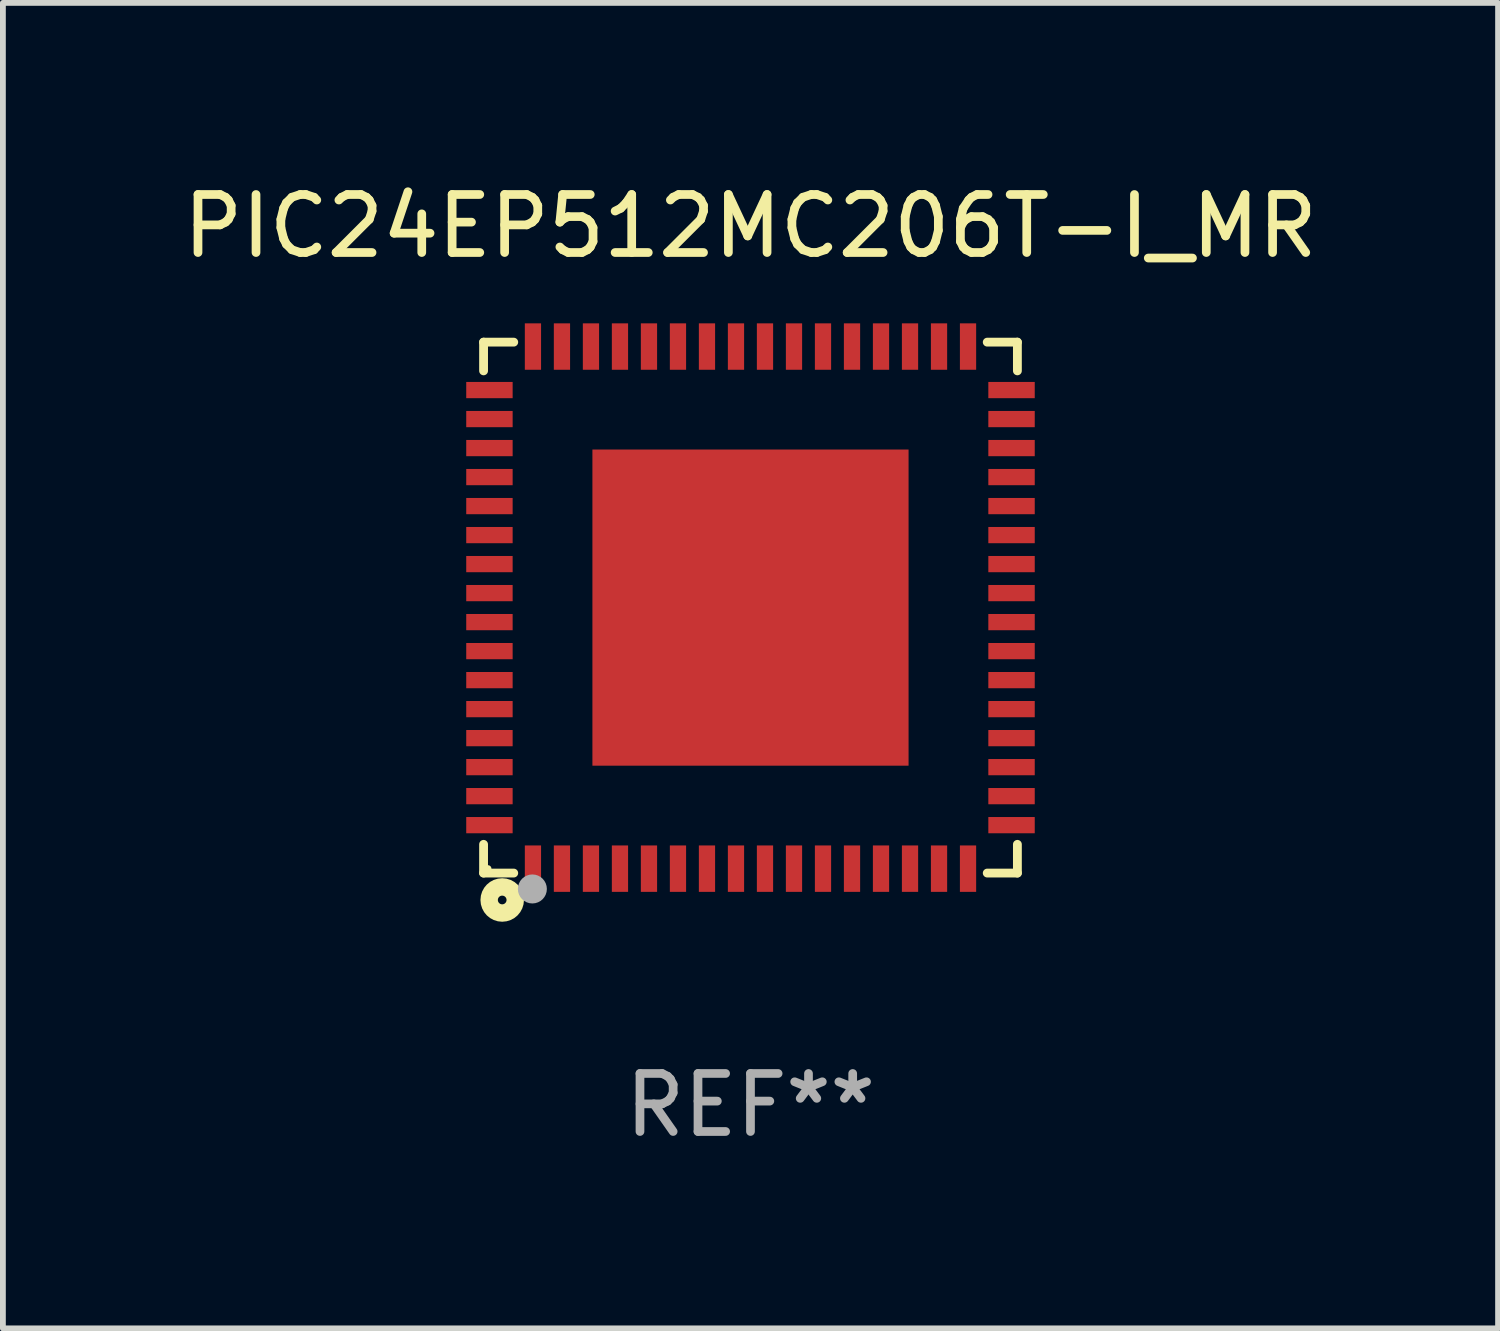
<source format=kicad_pcb>
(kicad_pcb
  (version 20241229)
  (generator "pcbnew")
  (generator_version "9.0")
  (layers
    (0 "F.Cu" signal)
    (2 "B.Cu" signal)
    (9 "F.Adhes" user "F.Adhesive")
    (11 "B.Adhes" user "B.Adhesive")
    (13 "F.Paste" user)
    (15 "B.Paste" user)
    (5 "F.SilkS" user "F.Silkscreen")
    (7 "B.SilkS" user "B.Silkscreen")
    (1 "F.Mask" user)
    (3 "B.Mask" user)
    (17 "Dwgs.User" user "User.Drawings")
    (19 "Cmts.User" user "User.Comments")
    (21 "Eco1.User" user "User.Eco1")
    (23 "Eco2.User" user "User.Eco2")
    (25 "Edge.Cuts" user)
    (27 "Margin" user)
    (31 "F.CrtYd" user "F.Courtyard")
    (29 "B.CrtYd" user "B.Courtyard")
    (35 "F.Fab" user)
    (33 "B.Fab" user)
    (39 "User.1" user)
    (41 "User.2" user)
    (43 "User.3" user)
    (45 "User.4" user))
  (footprint "PIC24EP512MC206T-I_MR"
    (layer "F.Cu")
    (at 9.887 7.424)
    (property "Reference" "PIC24EP512MC206T-I_MR" (at 0 -6.576 0) (layer "F.SilkS") (effects (font (size 1 1) (thickness 0.15))))
    (attr through_hole)
    (fp_line (start -4.601 -4.576) (end -4.081 -4.576) (stroke (width 0.152) (type solid)) (layer "F.SilkS"))
    (fp_line (start -4.601 -4.081) (end -4.601 -4.576) (stroke (width 0.152) (type solid)) (layer "F.SilkS"))
    (fp_line (start -4.601 4.081) (end -4.601 4.576) (stroke (width 0.152) (type solid)) (layer "F.SilkS"))
    (fp_line (start -4.601 4.576) (end -4.081 4.576) (stroke (width 0.152) (type solid)) (layer "F.SilkS"))
    (fp_line (start 4.601 -4.576) (end 4.081 -4.576) (stroke (width 0.152) (type solid)) (layer "F.SilkS"))
    (fp_line (start 4.601 -4.081) (end 4.601 -4.576) (stroke (width 0.152) (type solid)) (layer "F.SilkS"))
    (fp_line (start 4.601 4.081) (end 4.601 4.576) (stroke (width 0.152) (type solid)) (layer "F.SilkS"))
    (fp_line (start 4.601 4.576) (end 4.081 4.576) (stroke (width 0.152) (type solid)) (layer "F.SilkS"))
    (fp_circle (center -4.525 4.5) (end -4.495 4.5) (stroke (width 0.06) (type solid)) (fill no) (layer "F.SilkS"))
    (fp_circle (center -4.28 5.04) (end -4.205 5.04) (stroke (width 0.3) (type solid)) (fill no) (layer "F.SilkS"))
    (fp_circle (center -3.76 4.85) (end -3.635 4.85) (stroke (width 0.25) (type solid)) (fill no) (layer "F.Fab"))
    (fp_text user "REF**" (at 0 8.576 0) (layer "F.Fab") (effects (font (size 1 1) (thickness 0.15))))
    (pad "1" smd rect (at -3.75 4.5) (size 0.28 0.8) (layers "F.Cu" "F.Mask" "F.Paste"))
    (pad "2" smd rect (at -3.25 4.5) (size 0.28 0.8) (layers "F.Cu" "F.Mask" "F.Paste"))
    (pad "3" smd rect (at -2.75 4.5) (size 0.28 0.8) (layers "F.Cu" "F.Mask" "F.Paste"))
    (pad "4" smd rect (at -2.25 4.5) (size 0.28 0.8) (layers "F.Cu" "F.Mask" "F.Paste"))
    (pad "5" smd rect (at -1.75 4.5) (size 0.28 0.8) (layers "F.Cu" "F.Mask" "F.Paste"))
    (pad "6" smd rect (at -1.25 4.5) (size 0.28 0.8) (layers "F.Cu" "F.Mask" "F.Paste"))
    (pad "7" smd rect (at -0.75 4.5) (size 0.28 0.8) (layers "F.Cu" "F.Mask" "F.Paste"))
    (pad "8" smd rect (at -0.25 4.5) (size 0.28 0.8) (layers "F.Cu" "F.Mask" "F.Paste"))
    (pad "9" smd rect (at 0.25 4.5) (size 0.28 0.8) (layers "F.Cu" "F.Mask" "F.Paste"))
    (pad "10" smd rect (at 0.75 4.5) (size 0.28 0.8) (layers "F.Cu" "F.Mask" "F.Paste"))
    (pad "11" smd rect (at 1.25 4.5) (size 0.28 0.8) (layers "F.Cu" "F.Mask" "F.Paste"))
    (pad "12" smd rect (at 1.75 4.5) (size 0.28 0.8) (layers "F.Cu" "F.Mask" "F.Paste"))
    (pad "13" smd rect (at 2.25 4.5) (size 0.28 0.8) (layers "F.Cu" "F.Mask" "F.Paste"))
    (pad "14" smd rect (at 2.75 4.5) (size 0.28 0.8) (layers "F.Cu" "F.Mask" "F.Paste"))
    (pad "15" smd rect (at 3.25 4.5) (size 0.28 0.8) (layers "F.Cu" "F.Mask" "F.Paste"))
    (pad "16" smd rect (at 3.75 4.5) (size 0.28 0.8) (layers "F.Cu" "F.Mask" "F.Paste"))
    (pad "17" smd rect (at 4.5 3.75) (size 0.8 0.28) (layers "F.Cu" "F.Mask" "F.Paste"))
    (pad "18" smd rect (at 4.5 3.25) (size 0.8 0.28) (layers "F.Cu" "F.Mask" "F.Paste"))
    (pad "19" smd rect (at 4.5 2.75) (size 0.8 0.28) (layers "F.Cu" "F.Mask" "F.Paste"))
    (pad "20" smd rect (at 4.5 2.25) (size 0.8 0.28) (layers "F.Cu" "F.Mask" "F.Paste"))
    (pad "21" smd rect (at 4.5 1.75) (size 0.8 0.28) (layers "F.Cu" "F.Mask" "F.Paste"))
    (pad "22" smd rect (at 4.5 1.25) (size 0.8 0.28) (layers "F.Cu" "F.Mask" "F.Paste"))
    (pad "23" smd rect (at 4.5 0.75) (size 0.8 0.28) (layers "F.Cu" "F.Mask" "F.Paste"))
    (pad "24" smd rect (at 4.5 0.25) (size 0.8 0.28) (layers "F.Cu" "F.Mask" "F.Paste"))
    (pad "25" smd rect (at 4.5 -0.25) (size 0.8 0.28) (layers "F.Cu" "F.Mask" "F.Paste"))
    (pad "26" smd rect (at 4.5 -0.75) (size 0.8 0.28) (layers "F.Cu" "F.Mask" "F.Paste"))
    (pad "27" smd rect (at 4.5 -1.25) (size 0.8 0.28) (layers "F.Cu" "F.Mask" "F.Paste"))
    (pad "28" smd rect (at 4.5 -1.75) (size 0.8 0.28) (layers "F.Cu" "F.Mask" "F.Paste"))
    (pad "29" smd rect (at 4.5 -2.25) (size 0.8 0.28) (layers "F.Cu" "F.Mask" "F.Paste"))
    (pad "30" smd rect (at 4.5 -2.75) (size 0.8 0.28) (layers "F.Cu" "F.Mask" "F.Paste"))
    (pad "31" smd rect (at 4.5 -3.25) (size 0.8 0.28) (layers "F.Cu" "F.Mask" "F.Paste"))
    (pad "32" smd rect (at 4.5 -3.75) (size 0.8 0.28) (layers "F.Cu" "F.Mask" "F.Paste"))
    (pad "33" smd rect (at 3.75 -4.5) (size 0.28 0.8) (layers "F.Cu" "F.Mask" "F.Paste"))
    (pad "34" smd rect (at 3.25 -4.5) (size 0.28 0.8) (layers "F.Cu" "F.Mask" "F.Paste"))
    (pad "35" smd rect (at 2.75 -4.5) (size 0.28 0.8) (layers "F.Cu" "F.Mask" "F.Paste"))
    (pad "36" smd rect (at 2.25 -4.5) (size 0.28 0.8) (layers "F.Cu" "F.Mask" "F.Paste"))
    (pad "37" smd rect (at 1.75 -4.5) (size 0.28 0.8) (layers "F.Cu" "F.Mask" "F.Paste"))
    (pad "38" smd rect (at 1.25 -4.5) (size 0.28 0.8) (layers "F.Cu" "F.Mask" "F.Paste"))
    (pad "39" smd rect (at 0.75 -4.5) (size 0.28 0.8) (layers "F.Cu" "F.Mask" "F.Paste"))
    (pad "40" smd rect (at 0.25 -4.5) (size 0.28 0.8) (layers "F.Cu" "F.Mask" "F.Paste"))
    (pad "41" smd rect (at -0.25 -4.5) (size 0.28 0.8) (layers "F.Cu" "F.Mask" "F.Paste"))
    (pad "42" smd rect (at -0.75 -4.5) (size 0.28 0.8) (layers "F.Cu" "F.Mask" "F.Paste"))
    (pad "43" smd rect (at -1.25 -4.5) (size 0.28 0.8) (layers "F.Cu" "F.Mask" "F.Paste"))
    (pad "44" smd rect (at -1.75 -4.5) (size 0.28 0.8) (layers "F.Cu" "F.Mask" "F.Paste"))
    (pad "45" smd rect (at -2.25 -4.5) (size 0.28 0.8) (layers "F.Cu" "F.Mask" "F.Paste"))
    (pad "46" smd rect (at -2.75 -4.5) (size 0.28 0.8) (layers "F.Cu" "F.Mask" "F.Paste"))
    (pad "47" smd rect (at -3.25 -4.5) (size 0.28 0.8) (layers "F.Cu" "F.Mask" "F.Paste"))
    (pad "48" smd rect (at -3.75 -4.5) (size 0.28 0.8) (layers "F.Cu" "F.Mask" "F.Paste"))
    (pad "49" smd rect (at -4.5 -3.75) (size 0.8 0.28) (layers "F.Cu" "F.Mask" "F.Paste"))
    (pad "50" smd rect (at -4.5 -3.25) (size 0.8 0.28) (layers "F.Cu" "F.Mask" "F.Paste"))
    (pad "51" smd rect (at -4.5 -2.75) (size 0.8 0.28) (layers "F.Cu" "F.Mask" "F.Paste"))
    (pad "52" smd rect (at -4.5 -2.25) (size 0.8 0.28) (layers "F.Cu" "F.Mask" "F.Paste"))
    (pad "53" smd rect (at -4.5 -1.75) (size 0.8 0.28) (layers "F.Cu" "F.Mask" "F.Paste"))
    (pad "54" smd rect (at -4.5 -1.25) (size 0.8 0.28) (layers "F.Cu" "F.Mask" "F.Paste"))
    (pad "55" smd rect (at -4.5 -0.75) (size 0.8 0.28) (layers "F.Cu" "F.Mask" "F.Paste"))
    (pad "56" smd rect (at -4.5 -0.25) (size 0.8 0.28) (layers "F.Cu" "F.Mask" "F.Paste"))
    (pad "57" smd rect (at -4.5 0.25) (size 0.8 0.28) (layers "F.Cu" "F.Mask" "F.Paste"))
    (pad "58" smd rect (at -4.5 0.75) (size 0.8 0.28) (layers "F.Cu" "F.Mask" "F.Paste"))
    (pad "59" smd rect (at -4.5 1.25) (size 0.8 0.28) (layers "F.Cu" "F.Mask" "F.Paste"))
    (pad "60" smd rect (at -4.5 1.75) (size 0.8 0.28) (layers "F.Cu" "F.Mask" "F.Paste"))
    (pad "61" smd rect (at -4.5 2.25) (size 0.8 0.28) (layers "F.Cu" "F.Mask" "F.Paste"))
    (pad "62" smd rect (at -4.5 2.75) (size 0.8 0.28) (layers "F.Cu" "F.Mask" "F.Paste"))
    (pad "63" smd rect (at -4.5 3.25) (size 0.8 0.28) (layers "F.Cu" "F.Mask" "F.Paste"))
    (pad "64" smd rect (at -4.5 3.75) (size 0.8 0.28) (layers "F.Cu" "F.Mask" "F.Paste"))
    (pad "65" smd rect (at 0 0) (size 5.45 5.45) (layers "F.Cu" "F.Mask" "F.Paste")))
  (gr_rect
    (start -3 -3)
    (end 22.774 19.849)
    (stroke (width 0.1) (type default))
    (fill no)
    (layer "Edge.Cuts")))
</source>
